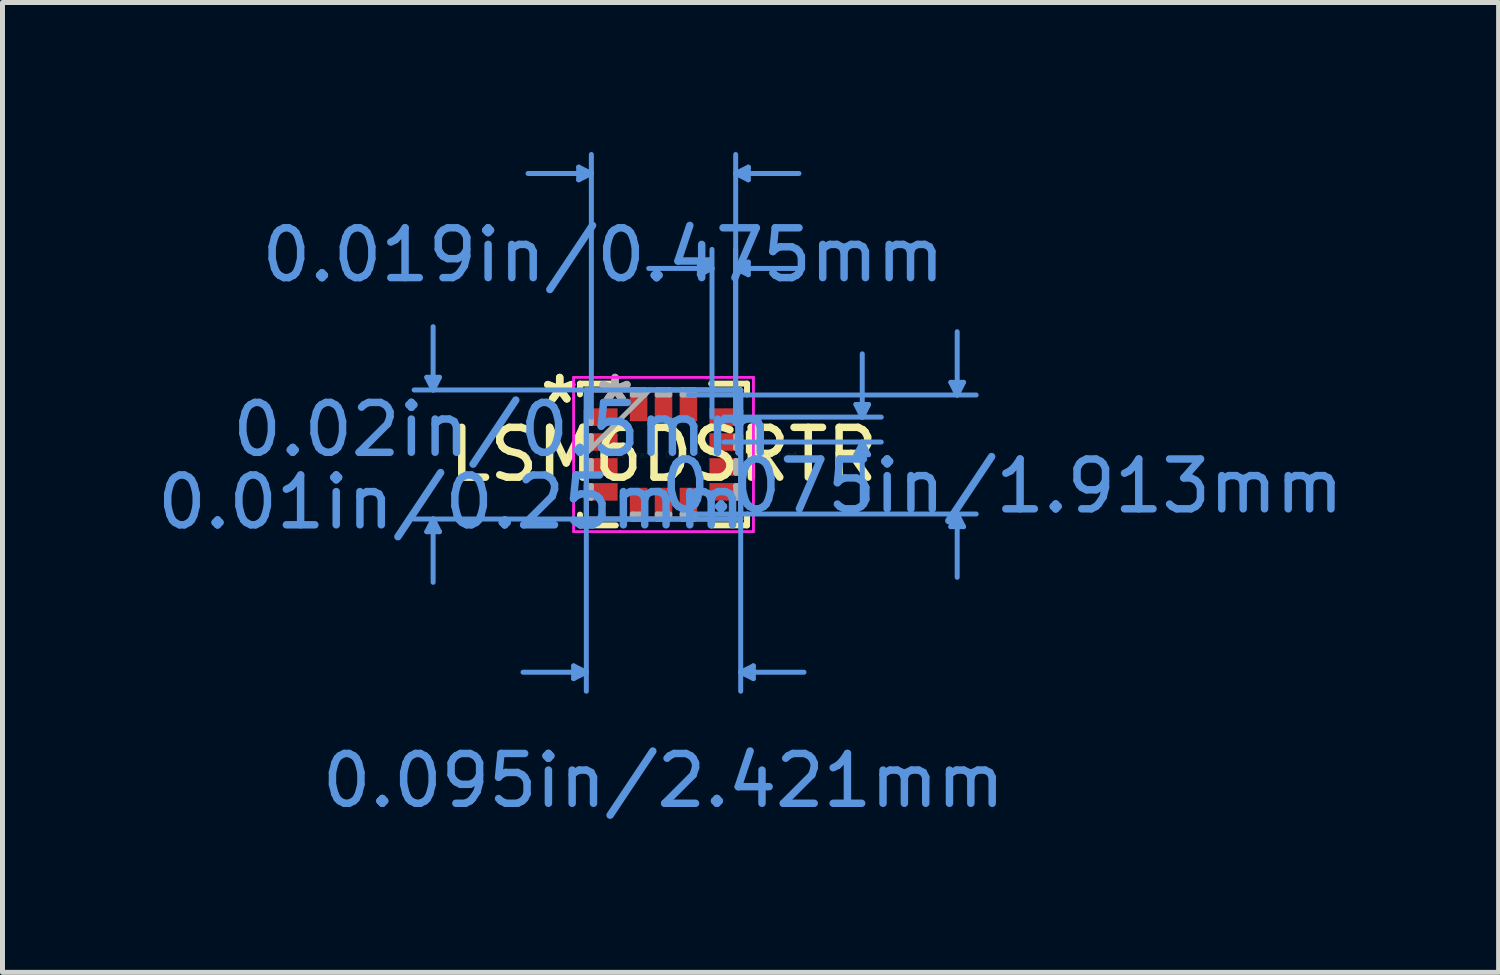
<source format=kicad_pcb>
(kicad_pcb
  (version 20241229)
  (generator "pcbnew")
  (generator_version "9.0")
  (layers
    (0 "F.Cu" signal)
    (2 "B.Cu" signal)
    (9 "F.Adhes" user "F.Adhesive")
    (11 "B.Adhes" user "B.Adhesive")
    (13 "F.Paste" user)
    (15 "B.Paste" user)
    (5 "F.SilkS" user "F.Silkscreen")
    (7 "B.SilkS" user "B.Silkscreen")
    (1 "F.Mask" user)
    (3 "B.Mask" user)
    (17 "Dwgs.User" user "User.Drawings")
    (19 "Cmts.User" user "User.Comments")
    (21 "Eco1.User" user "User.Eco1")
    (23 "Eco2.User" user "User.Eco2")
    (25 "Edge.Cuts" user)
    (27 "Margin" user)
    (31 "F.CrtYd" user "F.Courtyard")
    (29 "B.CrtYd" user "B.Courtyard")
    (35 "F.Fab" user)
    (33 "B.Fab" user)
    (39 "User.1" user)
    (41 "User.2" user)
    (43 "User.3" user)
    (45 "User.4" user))
  (footprint "LSM6DSRTR"
    (layer "F.Cu")
    (at 10.264 6.07)
    (property "Reference" "LSM6DSRTR" (at 0 0 0) (layer "F.SilkS") (effects (font (size 1 1) (thickness 0.15))))
    (attr through_hole)
    (fp_line (start -1.676 -1.422) (end -1.676 -1.207) (stroke (width 0.12) (type solid)) (layer "F.SilkS"))
    (fp_line (start -1.676 1.207) (end -1.676 1.422) (stroke (width 0.12) (type solid)) (layer "F.SilkS"))
    (fp_line (start -1.676 1.422) (end -0.957 1.422) (stroke (width 0.12) (type solid)) (layer "F.SilkS"))
    (fp_line (start -0.957 -1.422) (end -1.676 -1.422) (stroke (width 0.12) (type solid)) (layer "F.SilkS"))
    (fp_line (start 0.957 1.422) (end 1.676 1.422) (stroke (width 0.12) (type solid)) (layer "F.SilkS"))
    (fp_line (start 1.676 -1.422) (end 0.957 -1.422) (stroke (width 0.12) (type solid)) (layer "F.SilkS"))
    (fp_line (start 1.676 -1.207) (end 1.676 -1.422) (stroke (width 0.12) (type solid)) (layer "F.SilkS"))
    (fp_line (start 1.676 1.422) (end 1.676 1.207) (stroke (width 0.12) (type solid)) (layer "F.SilkS"))
    (fp_poly (pts (xy 1.956 -0.441) (xy 1.956 -0.059) (xy 1.702 -0.059) (xy 1.702 -0.441)) (stroke (width 0.1) (type solid)) (fill yes) (layer "F.SilkS"))
    (fp_line (start -4.75 -1.549) (end -4.496 -1.549) (stroke (width 0.1) (type solid)) (layer "Cmts.User"))
    (fp_line (start -4.75 1.549) (end -4.496 1.549) (stroke (width 0.1) (type solid)) (layer "Cmts.User"))
    (fp_line (start -4.623 -1.295) (end -4.75 -1.549) (stroke (width 0.1) (type solid)) (layer "Cmts.User"))
    (fp_line (start -4.623 -1.295) (end -4.623 -2.565) (stroke (width 0.1) (type solid)) (layer "Cmts.User"))
    (fp_line (start -4.623 -1.295) (end -4.496 -1.549) (stroke (width 0.1) (type solid)) (layer "Cmts.User"))
    (fp_line (start -4.623 1.295) (end -4.75 1.549) (stroke (width 0.1) (type solid)) (layer "Cmts.User"))
    (fp_line (start -4.623 1.295) (end -4.623 2.565) (stroke (width 0.1) (type solid)) (layer "Cmts.User"))
    (fp_line (start -4.623 1.295) (end -4.496 1.549) (stroke (width 0.1) (type solid)) (layer "Cmts.User"))
    (fp_line (start -1.803 4.242) (end -1.803 4.496) (stroke (width 0.1) (type solid)) (layer "Cmts.User"))
    (fp_line (start -1.702 -5.766) (end -1.702 -5.512) (stroke (width 0.1) (type solid)) (layer "Cmts.User"))
    (fp_line (start -1.549 -1.295) (end -1.549 4.75) (stroke (width 0.1) (type solid)) (layer "Cmts.User"))
    (fp_line (start -1.549 4.369) (end -2.819 4.369) (stroke (width 0.1) (type solid)) (layer "Cmts.User"))
    (fp_line (start -1.549 4.369) (end -1.803 4.242) (stroke (width 0.1) (type solid)) (layer "Cmts.User"))
    (fp_line (start -1.549 4.369) (end -1.803 4.496) (stroke (width 0.1) (type solid)) (layer "Cmts.User"))
    (fp_line (start -1.448 -5.639) (end -2.718 -5.639) (stroke (width 0.1) (type solid)) (layer "Cmts.User"))
    (fp_line (start -1.448 -5.639) (end -1.702 -5.766) (stroke (width 0.1) (type solid)) (layer "Cmts.User"))
    (fp_line (start -1.448 -5.639) (end -1.702 -5.512) (stroke (width 0.1) (type solid)) (layer "Cmts.User"))
    (fp_line (start -1.448 -0.75) (end -1.448 -6.02) (stroke (width 0.1) (type solid)) (layer "Cmts.User"))
    (fp_line (start 0.5 -1.194) (end 6.274 -1.194) (stroke (width 0.1) (type solid)) (layer "Cmts.User"))
    (fp_line (start 0.5 1.194) (end 6.274 1.194) (stroke (width 0.1) (type solid)) (layer "Cmts.User"))
    (fp_line (start 0.719 -3.861) (end 0.719 -3.607) (stroke (width 0.1) (type solid)) (layer "Cmts.User"))
    (fp_line (start 0.973 -3.734) (end -0.297 -3.734) (stroke (width 0.1) (type solid)) (layer "Cmts.User"))
    (fp_line (start 0.973 -3.734) (end 0.719 -3.861) (stroke (width 0.1) (type solid)) (layer "Cmts.User"))
    (fp_line (start 0.973 -3.734) (end 0.719 -3.607) (stroke (width 0.1) (type solid)) (layer "Cmts.User"))
    (fp_line (start 0.973 -0.75) (end 0.973 -4.115) (stroke (width 0.1) (type solid)) (layer "Cmts.User"))
    (fp_line (start 1.21 -0.75) (end 4.369 -0.75) (stroke (width 0.1) (type solid)) (layer "Cmts.User"))
    (fp_line (start 1.21 -0.25) (end 4.369 -0.25) (stroke (width 0.1) (type solid)) (layer "Cmts.User"))
    (fp_line (start 1.448 -5.639) (end 1.702 -5.766) (stroke (width 0.1) (type solid)) (layer "Cmts.User"))
    (fp_line (start 1.448 -5.639) (end 1.702 -5.512) (stroke (width 0.1) (type solid)) (layer "Cmts.User"))
    (fp_line (start 1.448 -5.639) (end 2.718 -5.639) (stroke (width 0.1) (type solid)) (layer "Cmts.User"))
    (fp_line (start 1.448 -3.734) (end 1.702 -3.861) (stroke (width 0.1) (type solid)) (layer "Cmts.User"))
    (fp_line (start 1.448 -3.734) (end 1.702 -3.607) (stroke (width 0.1) (type solid)) (layer "Cmts.User"))
    (fp_line (start 1.448 -3.734) (end 2.718 -3.734) (stroke (width 0.1) (type solid)) (layer "Cmts.User"))
    (fp_line (start 1.448 -0.75) (end 1.448 -6.02) (stroke (width 0.1) (type solid)) (layer "Cmts.User"))
    (fp_line (start 1.448 -0.75) (end 1.448 -4.115) (stroke (width 0.1) (type solid)) (layer "Cmts.User"))
    (fp_line (start 1.549 -1.295) (end -5.004 -1.295) (stroke (width 0.1) (type solid)) (layer "Cmts.User"))
    (fp_line (start 1.549 -1.295) (end 1.549 4.75) (stroke (width 0.1) (type solid)) (layer "Cmts.User"))
    (fp_line (start 1.549 1.295) (end -5.004 1.295) (stroke (width 0.1) (type solid)) (layer "Cmts.User"))
    (fp_line (start 1.549 4.369) (end 1.803 4.242) (stroke (width 0.1) (type solid)) (layer "Cmts.User"))
    (fp_line (start 1.549 4.369) (end 1.803 4.496) (stroke (width 0.1) (type solid)) (layer "Cmts.User"))
    (fp_line (start 1.549 4.369) (end 2.819 4.369) (stroke (width 0.1) (type solid)) (layer "Cmts.User"))
    (fp_line (start 1.702 -5.766) (end 1.702 -5.512) (stroke (width 0.1) (type solid)) (layer "Cmts.User"))
    (fp_line (start 1.702 -3.861) (end 1.702 -3.607) (stroke (width 0.1) (type solid)) (layer "Cmts.User"))
    (fp_line (start 1.803 4.242) (end 1.803 4.496) (stroke (width 0.1) (type solid)) (layer "Cmts.User"))
    (fp_line (start 3.861 -1.004) (end 4.115 -1.004) (stroke (width 0.1) (type solid)) (layer "Cmts.User"))
    (fp_line (start 3.861 0.004) (end 4.115 0.004) (stroke (width 0.1) (type solid)) (layer "Cmts.User"))
    (fp_line (start 3.988 -0.75) (end 3.861 -1.004) (stroke (width 0.1) (type solid)) (layer "Cmts.User"))
    (fp_line (start 3.988 -0.75) (end 3.988 -2.02) (stroke (width 0.1) (type solid)) (layer "Cmts.User"))
    (fp_line (start 3.988 -0.75) (end 4.115 -1.004) (stroke (width 0.1) (type solid)) (layer "Cmts.User"))
    (fp_line (start 3.988 -0.25) (end 3.861 0.004) (stroke (width 0.1) (type solid)) (layer "Cmts.User"))
    (fp_line (start 3.988 -0.25) (end 3.988 1.02) (stroke (width 0.1) (type solid)) (layer "Cmts.User"))
    (fp_line (start 3.988 -0.25) (end 4.115 0.004) (stroke (width 0.1) (type solid)) (layer "Cmts.User"))
    (fp_line (start 5.766 -1.448) (end 6.02 -1.448) (stroke (width 0.1) (type solid)) (layer "Cmts.User"))
    (fp_line (start 5.766 1.448) (end 6.02 1.448) (stroke (width 0.1) (type solid)) (layer "Cmts.User"))
    (fp_line (start 5.893 -1.194) (end 5.766 -1.448) (stroke (width 0.1) (type solid)) (layer "Cmts.User"))
    (fp_line (start 5.893 -1.194) (end 5.893 -2.464) (stroke (width 0.1) (type solid)) (layer "Cmts.User"))
    (fp_line (start 5.893 -1.194) (end 6.02 -1.448) (stroke (width 0.1) (type solid)) (layer "Cmts.User"))
    (fp_line (start 5.893 1.194) (end 5.766 1.448) (stroke (width 0.1) (type solid)) (layer "Cmts.User"))
    (fp_line (start 5.893 1.194) (end 5.893 2.464) (stroke (width 0.1) (type solid)) (layer "Cmts.User"))
    (fp_line (start 5.893 1.194) (end 6.02 1.448) (stroke (width 0.1) (type solid)) (layer "Cmts.User"))
    (fp_line (start -1.803 -1.549) (end -0.879 -1.549) (stroke (width 0.05) (type solid)) (layer "F.CrtYd"))
    (fp_line (start -1.803 -1.549) (end -0.879 -1.549) (stroke (width 0.05) (type solid)) (layer "F.CrtYd"))
    (fp_line (start -1.803 -1.129) (end -1.803 -1.549) (stroke (width 0.05) (type solid)) (layer "F.CrtYd"))
    (fp_line (start -1.803 -1.129) (end -1.803 -1.549) (stroke (width 0.05) (type solid)) (layer "F.CrtYd"))
    (fp_line (start -1.803 -1.129) (end -1.803 -1.129) (stroke (width 0.05) (type solid)) (layer "F.CrtYd"))
    (fp_line (start -1.803 -1.129) (end -1.803 -1.129) (stroke (width 0.05) (type solid)) (layer "F.CrtYd"))
    (fp_line (start -1.803 1.129) (end -1.803 -1.129) (stroke (width 0.05) (type solid)) (layer "F.CrtYd"))
    (fp_line (start -1.803 1.129) (end -1.803 -1.129) (stroke (width 0.05) (type solid)) (layer "F.CrtYd"))
    (fp_line (start -1.803 1.129) (end -1.803 1.129) (stroke (width 0.05) (type solid)) (layer "F.CrtYd"))
    (fp_line (start -1.803 1.129) (end -1.803 1.129) (stroke (width 0.05) (type solid)) (layer "F.CrtYd"))
    (fp_line (start -1.803 1.549) (end -1.803 1.129) (stroke (width 0.05) (type solid)) (layer "F.CrtYd"))
    (fp_line (start -1.803 1.549) (end -1.803 1.129) (stroke (width 0.05) (type solid)) (layer "F.CrtYd"))
    (fp_line (start -0.879 -1.549) (end -0.879 -1.549) (stroke (width 0.05) (type solid)) (layer "F.CrtYd"))
    (fp_line (start -0.879 -1.549) (end -0.879 -1.549) (stroke (width 0.05) (type solid)) (layer "F.CrtYd"))
    (fp_line (start -0.879 -1.549) (end 0.879 -1.549) (stroke (width 0.05) (type solid)) (layer "F.CrtYd"))
    (fp_line (start -0.879 -1.549) (end 0.879 -1.549) (stroke (width 0.05) (type solid)) (layer "F.CrtYd"))
    (fp_line (start -0.879 1.549) (end -1.803 1.549) (stroke (width 0.05) (type solid)) (layer "F.CrtYd"))
    (fp_line (start -0.879 1.549) (end -1.803 1.549) (stroke (width 0.05) (type solid)) (layer "F.CrtYd"))
    (fp_line (start -0.879 1.549) (end -0.879 1.549) (stroke (width 0.05) (type solid)) (layer "F.CrtYd"))
    (fp_line (start -0.879 1.549) (end -0.879 1.549) (stroke (width 0.05) (type solid)) (layer "F.CrtYd"))
    (fp_line (start 0.879 -1.549) (end 0.879 -1.549) (stroke (width 0.05) (type solid)) (layer "F.CrtYd"))
    (fp_line (start 0.879 -1.549) (end 0.879 -1.549) (stroke (width 0.05) (type solid)) (layer "F.CrtYd"))
    (fp_line (start 0.879 -1.549) (end 1.803 -1.549) (stroke (width 0.05) (type solid)) (layer "F.CrtYd"))
    (fp_line (start 0.879 -1.549) (end 1.803 -1.549) (stroke (width 0.05) (type solid)) (layer "F.CrtYd"))
    (fp_line (start 0.879 1.549) (end -0.879 1.549) (stroke (width 0.05) (type solid)) (layer "F.CrtYd"))
    (fp_line (start 0.879 1.549) (end -0.879 1.549) (stroke (width 0.05) (type solid)) (layer "F.CrtYd"))
    (fp_line (start 0.879 1.549) (end 0.879 1.549) (stroke (width 0.05) (type solid)) (layer "F.CrtYd"))
    (fp_line (start 0.879 1.549) (end 0.879 1.549) (stroke (width 0.05) (type solid)) (layer "F.CrtYd"))
    (fp_line (start 1.803 -1.549) (end 1.803 -1.129) (stroke (width 0.05) (type solid)) (layer "F.CrtYd"))
    (fp_line (start 1.803 -1.549) (end 1.803 -1.129) (stroke (width 0.05) (type solid)) (layer "F.CrtYd"))
    (fp_line (start 1.803 -1.129) (end 1.803 -1.129) (stroke (width 0.05) (type solid)) (layer "F.CrtYd"))
    (fp_line (start 1.803 -1.129) (end 1.803 -1.129) (stroke (width 0.05) (type solid)) (layer "F.CrtYd"))
    (fp_line (start 1.803 -1.129) (end 1.803 1.129) (stroke (width 0.05) (type solid)) (layer "F.CrtYd"))
    (fp_line (start 1.803 -1.129) (end 1.803 1.129) (stroke (width 0.05) (type solid)) (layer "F.CrtYd"))
    (fp_line (start 1.803 1.129) (end 1.803 1.129) (stroke (width 0.05) (type solid)) (layer "F.CrtYd"))
    (fp_line (start 1.803 1.129) (end 1.803 1.129) (stroke (width 0.05) (type solid)) (layer "F.CrtYd"))
    (fp_line (start 1.803 1.129) (end 1.803 1.549) (stroke (width 0.05) (type solid)) (layer "F.CrtYd"))
    (fp_line (start 1.803 1.129) (end 1.803 1.549) (stroke (width 0.05) (type solid)) (layer "F.CrtYd"))
    (fp_line (start 1.803 1.549) (end 0.879 1.549) (stroke (width 0.05) (type solid)) (layer "F.CrtYd"))
    (fp_line (start 1.803 1.549) (end 0.879 1.549) (stroke (width 0.05) (type solid)) (layer "F.CrtYd"))
    (fp_line (start -1.549 -1.295) (end -1.549 -1.295) (stroke (width 0.1) (type solid)) (layer "F.Fab"))
    (fp_line (start -1.549 -1.295) (end -1.549 1.295) (stroke (width 0.1) (type solid)) (layer "F.Fab"))
    (fp_line (start -1.549 -0.875) (end -1.448 -0.875) (stroke (width 0.1) (type solid)) (layer "F.Fab"))
    (fp_line (start -1.549 -0.625) (end -1.549 -0.875) (stroke (width 0.1) (type solid)) (layer "F.Fab"))
    (fp_line (start -1.549 -0.375) (end -1.448 -0.375) (stroke (width 0.1) (type solid)) (layer "F.Fab"))
    (fp_line (start -1.549 -0.125) (end -1.549 -0.375) (stroke (width 0.1) (type solid)) (layer "F.Fab"))
    (fp_line (start -1.549 -0.025) (end -0.279 -1.295) (stroke (width 0.1) (type solid)) (layer "F.Fab"))
    (fp_line (start -1.549 0.125) (end -1.448 0.125) (stroke (width 0.1) (type solid)) (layer "F.Fab"))
    (fp_line (start -1.549 0.375) (end -1.549 0.125) (stroke (width 0.1) (type solid)) (layer "F.Fab"))
    (fp_line (start -1.549 0.625) (end -1.448 0.625) (stroke (width 0.1) (type solid)) (layer "F.Fab"))
    (fp_line (start -1.549 0.875) (end -1.549 0.625) (stroke (width 0.1) (type solid)) (layer "F.Fab"))
    (fp_line (start -1.549 1.295) (end -1.549 1.295) (stroke (width 0.1) (type solid)) (layer "F.Fab"))
    (fp_line (start -1.549 1.295) (end 1.549 1.295) (stroke (width 0.1) (type solid)) (layer "F.Fab"))
    (fp_line (start -1.448 -0.875) (end -1.448 -0.625) (stroke (width 0.1) (type solid)) (layer "F.Fab"))
    (fp_line (start -1.448 -0.625) (end -1.549 -0.625) (stroke (width 0.1) (type solid)) (layer "F.Fab"))
    (fp_line (start -1.448 -0.375) (end -1.448 -0.125) (stroke (width 0.1) (type solid)) (layer "F.Fab"))
    (fp_line (start -1.448 -0.125) (end -1.549 -0.125) (stroke (width 0.1) (type solid)) (layer "F.Fab"))
    (fp_line (start -1.448 0.125) (end -1.448 0.375) (stroke (width 0.1) (type solid)) (layer "F.Fab"))
    (fp_line (start -1.448 0.375) (end -1.549 0.375) (stroke (width 0.1) (type solid)) (layer "F.Fab"))
    (fp_line (start -1.448 0.625) (end -1.448 0.875) (stroke (width 0.1) (type solid)) (layer "F.Fab"))
    (fp_line (start -1.448 0.875) (end -1.549 0.875) (stroke (width 0.1) (type solid)) (layer "F.Fab"))
    (fp_line (start -0.625 -1.295) (end -0.375 -1.295) (stroke (width 0.1) (type solid)) (layer "F.Fab"))
    (fp_line (start -0.625 -1.194) (end -0.625 -1.295) (stroke (width 0.1) (type solid)) (layer "F.Fab"))
    (fp_line (start -0.625 1.194) (end -0.375 1.194) (stroke (width 0.1) (type solid)) (layer "F.Fab"))
    (fp_line (start -0.625 1.295) (end -0.625 1.194) (stroke (width 0.1) (type solid)) (layer "F.Fab"))
    (fp_line (start -0.375 -1.295) (end -0.375 -1.194) (stroke (width 0.1) (type solid)) (layer "F.Fab"))
    (fp_line (start -0.375 -1.194) (end -0.625 -1.194) (stroke (width 0.1) (type solid)) (layer "F.Fab"))
    (fp_line (start -0.375 1.194) (end -0.375 1.295) (stroke (width 0.1) (type solid)) (layer "F.Fab"))
    (fp_line (start -0.375 1.295) (end -0.625 1.295) (stroke (width 0.1) (type solid)) (layer "F.Fab"))
    (fp_line (start -0.125 -1.295) (end 0.125 -1.295) (stroke (width 0.1) (type solid)) (layer "F.Fab"))
    (fp_line (start -0.125 -1.194) (end -0.125 -1.295) (stroke (width 0.1) (type solid)) (layer "F.Fab"))
    (fp_line (start -0.125 1.194) (end 0.125 1.194) (stroke (width 0.1) (type solid)) (layer "F.Fab"))
    (fp_line (start -0.125 1.295) (end -0.125 1.194) (stroke (width 0.1) (type solid)) (layer "F.Fab"))
    (fp_line (start 0.125 -1.295) (end 0.125 -1.194) (stroke (width 0.1) (type solid)) (layer "F.Fab"))
    (fp_line (start 0.125 -1.194) (end -0.125 -1.194) (stroke (width 0.1) (type solid)) (layer "F.Fab"))
    (fp_line (start 0.125 1.194) (end 0.125 1.295) (stroke (width 0.1) (type solid)) (layer "F.Fab"))
    (fp_line (start 0.125 1.295) (end -0.125 1.295) (stroke (width 0.1) (type solid)) (layer "F.Fab"))
    (fp_line (start 0.375 -1.295) (end 0.625 -1.295) (stroke (width 0.1) (type solid)) (layer "F.Fab"))
    (fp_line (start 0.375 -1.194) (end 0.375 -1.295) (stroke (width 0.1) (type solid)) (layer "F.Fab"))
    (fp_line (start 0.375 1.194) (end 0.625 1.194) (stroke (width 0.1) (type solid)) (layer "F.Fab"))
    (fp_line (start 0.375 1.295) (end 0.375 1.194) (stroke (width 0.1) (type solid)) (layer "F.Fab"))
    (fp_line (start 0.625 -1.295) (end 0.625 -1.194) (stroke (width 0.1) (type solid)) (layer "F.Fab"))
    (fp_line (start 0.625 -1.194) (end 0.375 -1.194) (stroke (width 0.1) (type solid)) (layer "F.Fab"))
    (fp_line (start 0.625 1.194) (end 0.625 1.295) (stroke (width 0.1) (type solid)) (layer "F.Fab"))
    (fp_line (start 0.625 1.295) (end 0.375 1.295) (stroke (width 0.1) (type solid)) (layer "F.Fab"))
    (fp_line (start 1.448 -0.875) (end 1.549 -0.875) (stroke (width 0.1) (type solid)) (layer "F.Fab"))
    (fp_line (start 1.448 -0.625) (end 1.448 -0.875) (stroke (width 0.1) (type solid)) (layer "F.Fab"))
    (fp_line (start 1.448 -0.375) (end 1.549 -0.375) (stroke (width 0.1) (type solid)) (layer "F.Fab"))
    (fp_line (start 1.448 -0.125) (end 1.448 -0.375) (stroke (width 0.1) (type solid)) (layer "F.Fab"))
    (fp_line (start 1.448 0.125) (end 1.549 0.125) (stroke (width 0.1) (type solid)) (layer "F.Fab"))
    (fp_line (start 1.448 0.375) (end 1.448 0.125) (stroke (width 0.1) (type solid)) (layer "F.Fab"))
    (fp_line (start 1.448 0.625) (end 1.549 0.625) (stroke (width 0.1) (type solid)) (layer "F.Fab"))
    (fp_line (start 1.448 0.875) (end 1.448 0.625) (stroke (width 0.1) (type solid)) (layer "F.Fab"))
    (fp_line (start 1.549 -1.295) (end -1.549 -1.295) (stroke (width 0.1) (type solid)) (layer "F.Fab"))
    (fp_line (start 1.549 -1.295) (end 1.549 -1.295) (stroke (width 0.1) (type solid)) (layer "F.Fab"))
    (fp_line (start 1.549 -0.875) (end 1.549 -0.625) (stroke (width 0.1) (type solid)) (layer "F.Fab"))
    (fp_line (start 1.549 -0.625) (end 1.448 -0.625) (stroke (width 0.1) (type solid)) (layer "F.Fab"))
    (fp_line (start 1.549 -0.375) (end 1.549 -0.125) (stroke (width 0.1) (type solid)) (layer "F.Fab"))
    (fp_line (start 1.549 -0.125) (end 1.448 -0.125) (stroke (width 0.1) (type solid)) (layer "F.Fab"))
    (fp_line (start 1.549 0.125) (end 1.549 0.375) (stroke (width 0.1) (type solid)) (layer "F.Fab"))
    (fp_line (start 1.549 0.375) (end 1.448 0.375) (stroke (width 0.1) (type solid)) (layer "F.Fab"))
    (fp_line (start 1.549 0.625) (end 1.549 0.875) (stroke (width 0.1) (type solid)) (layer "F.Fab"))
    (fp_line (start 1.549 0.875) (end 1.448 0.875) (stroke (width 0.1) (type solid)) (layer "F.Fab"))
    (fp_line (start 1.549 1.295) (end 1.549 -1.295) (stroke (width 0.1) (type solid)) (layer "F.Fab"))
    (fp_line (start 1.549 1.295) (end 1.549 1.295) (stroke (width 0.1) (type solid)) (layer "F.Fab"))
    (fp_text user "*" (at -2.083 -1 0) (layer "F.SilkS") (effects (font (size 1 1) (thickness 0.15))))
    (fp_text user "*" (at -2.083 -1 0) (layer "F.SilkS") (effects (font (size 1 1) (thickness 0.15))))
    (fp_text user "0.095in/2.421mm" (at 0 6.544 0) (layer "Cmts.User") (effects (font (size 1 1) (thickness 0.15))))
    (fp_text user "Copyright 2021 Accelerated Designs. All rights reserved." (at 0 0 0) (layer "Cmts.User") (effects (font (size 0.127 0.127) (thickness 0.002))))
    (fp_text user "0.02in/0.5mm" (at -3.226 -0.5 0) (layer "Cmts.User") (effects (font (size 1 1) (thickness 0.15))))
    (fp_text user "0.01in/0.25mm" (at -4.258 0.956 0) (layer "Cmts.User") (effects (font (size 1 1) (thickness 0.15))))
    (fp_text user "0.019in/0.475mm" (at -1.21 -4.004 0) (layer "Cmts.User") (effects (font (size 1 1) (thickness 0.15))))
    (fp_text user "0.075in/1.913mm" (at 6.798 0.635 0) (layer "Cmts.User") (effects (font (size 1 1) (thickness 0.15))))
    (fp_text user "*" (at -0.973 -1 0) (layer "F.Fab") (effects (font (size 1 1) (thickness 0.15))))
    (fp_text user "*" (at -0.973 -1 0) (layer "F.Fab") (effects (font (size 1 1) (thickness 0.15))))
    (pad "1" smd rect (at -1.21 -0.75 90) (size 0.352 0.577) (layers "F.Cu" "F.Mask" "F.Paste"))
    (pad "2" smd rect (at -1.21 -0.25 90) (size 0.352 0.577) (layers "F.Cu" "F.Mask" "F.Paste"))
    (pad "3" smd rect (at -1.21 0.25 90) (size 0.352 0.577) (layers "F.Cu" "F.Mask" "F.Paste"))
    (pad "4" smd rect (at -1.21 0.75 90) (size 0.352 0.577) (layers "F.Cu" "F.Mask" "F.Paste"))
    (pad "5" smd rect (at -0.5 0.956) (size 0.352 0.577) (layers "F.Cu" "F.Mask" "F.Paste"))
    (pad "6" smd rect (at 0 0.956) (size 0.352 0.577) (layers "F.Cu" "F.Mask" "F.Paste"))
    (pad "7" smd rect (at 0.5 0.956) (size 0.352 0.577) (layers "F.Cu" "F.Mask" "F.Paste"))
    (pad "8" smd rect (at 1.21 0.75 90) (size 0.352 0.577) (layers "F.Cu" "F.Mask" "F.Paste"))
    (pad "9" smd rect (at 1.21 0.25 90) (size 0.352 0.577) (layers "F.Cu" "F.Mask" "F.Paste"))
    (pad "10" smd rect (at 1.21 -0.25 90) (size 0.352 0.577) (layers "F.Cu" "F.Mask" "F.Paste"))
    (pad "11" smd rect (at 1.21 -0.75 90) (size 0.352 0.577) (layers "F.Cu" "F.Mask" "F.Paste"))
    (pad "12" smd rect (at 0.5 -0.956) (size 0.352 0.577) (layers "F.Cu" "F.Mask" "F.Paste"))
    (pad "13" smd rect (at 0 -0.956) (size 0.352 0.577) (layers "F.Cu" "F.Mask" "F.Paste"))
    (pad "14" smd rect (at -0.5 -0.956) (size 0.352 0.577) (layers "F.Cu" "F.Mask" "F.Paste")))
  (gr_rect
    (start -3 -3)
    (end 27.021 16.462)
    (stroke (width 0.1) (type default))
    (fill no)
    (layer "Edge.Cuts")))
</source>
